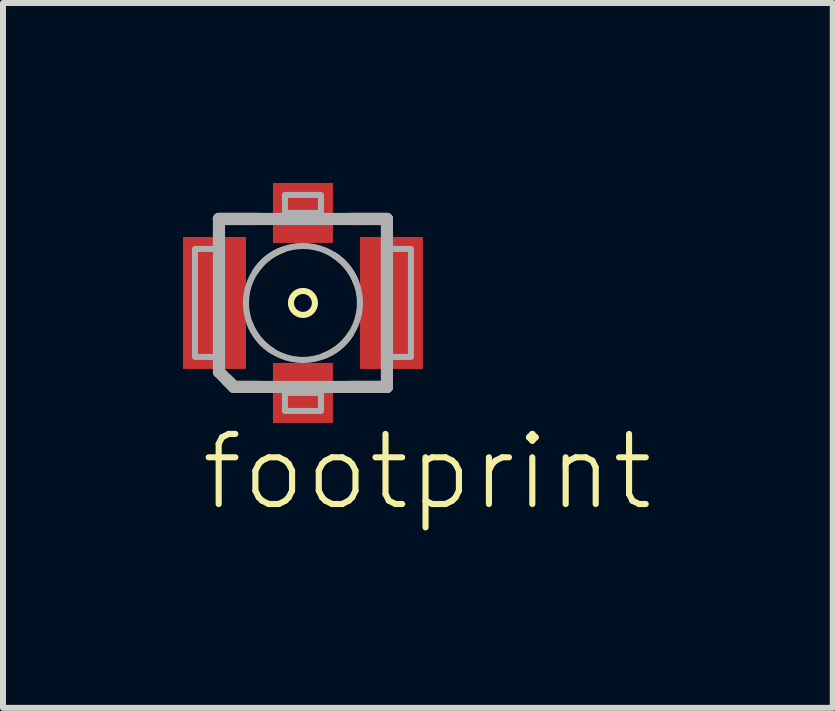
<source format=kicad_pcb>
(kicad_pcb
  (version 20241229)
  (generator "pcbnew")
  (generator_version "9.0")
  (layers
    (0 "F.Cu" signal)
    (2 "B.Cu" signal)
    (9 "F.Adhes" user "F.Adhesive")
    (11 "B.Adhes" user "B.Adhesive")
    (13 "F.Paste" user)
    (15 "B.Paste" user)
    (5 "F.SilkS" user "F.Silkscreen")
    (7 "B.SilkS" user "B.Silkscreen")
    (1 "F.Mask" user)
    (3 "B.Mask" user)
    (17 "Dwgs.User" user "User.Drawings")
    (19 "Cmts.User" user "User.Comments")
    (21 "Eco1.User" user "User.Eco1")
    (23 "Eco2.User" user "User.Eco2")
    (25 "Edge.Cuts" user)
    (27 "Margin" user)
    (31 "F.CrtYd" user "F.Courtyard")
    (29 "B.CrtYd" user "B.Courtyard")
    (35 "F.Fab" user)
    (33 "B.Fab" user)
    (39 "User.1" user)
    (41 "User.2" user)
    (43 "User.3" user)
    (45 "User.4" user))
  (footprint "footprint"
    (layer "F.Cu")
    (at 2 2)
    (property "Reference" "footprint" (at -1.75 3.5 0) (layer "F.SilkS") (effects (font (size 1.168 1.168) (thickness 0.102)) (justify left bottom)))
    (fp_line (start -1.4 -1.4) (end -0.738 -1.4) (stroke (width 0.203) (type solid)) (layer "F.SilkS"))
    (fp_line (start -1.15 1.4) (end -1.262 1.288) (stroke (width 0.203) (type solid)) (layer "F.SilkS"))
    (fp_line (start -0.75 1.4) (end -1.15 1.4) (stroke (width 0.203) (type solid)) (layer "F.SilkS"))
    (fp_line (start 0.787 -1.4) (end 1.4 -1.4) (stroke (width 0.203) (type solid)) (layer "F.SilkS"))
    (fp_line (start 1.4 1.4) (end 0.775 1.4) (stroke (width 0.203) (type solid)) (layer "F.SilkS"))
    (fp_arc (start -0.8 -0.5125) (mid -0.600042 -0.738593) (end -0.3375 -0.8875) (stroke (width 0.1016) (type solid)) (layer "F.SilkS"))
    (fp_arc (start -0.5125 0.8) (mid -0.738593 0.600042) (end -0.8875 0.3375) (stroke (width 0.1016) (type solid)) (layer "F.SilkS"))
    (fp_arc (start 0.5125 -0.8) (mid 0.738593 -0.600042) (end 0.8875 -0.3375) (stroke (width 0.1016) (type solid)) (layer "F.SilkS"))
    (fp_arc (start 0.8 0.5125) (mid 0.600042 0.738593) (end 0.3375 0.8875) (stroke (width 0.1016) (type solid)) (layer "F.SilkS"))
    (fp_circle (center 0 0) (end 0.2 0) (stroke (width 0.102) (type solid)) (fill no) (layer "F.SilkS"))
    (fp_line (start -1.4 -1.4) (end 1.4 -1.4) (stroke (width 0.203) (type solid)) (layer "F.Fab"))
    (fp_line (start -1.4 1.15) (end -1.4 -1.4) (stroke (width 0.203) (type solid)) (layer "F.Fab"))
    (fp_line (start -1.15 1.4) (end -1.4 1.15) (stroke (width 0.203) (type solid)) (layer "F.Fab"))
    (fp_line (start 1.4 -1.4) (end 1.4 1.4) (stroke (width 0.203) (type solid)) (layer "F.Fab"))
    (fp_line (start 1.4 1.4) (end -1.15 1.4) (stroke (width 0.203) (type solid)) (layer "F.Fab"))
    (fp_circle (center 0 0) (end 0.95 0) (stroke (width 0.102) (type solid)) (fill no) (layer "F.Fab"))
    (fp_poly (pts (xy -1.8 0.9) (xy -1.35 0.9) (xy -1.35 -0.9) (xy -1.8 -0.9)) (stroke (width 0.1) (type solid)) (fill no) (layer "F.Fab"))
    (fp_poly (pts (xy -0.3 -1.5) (xy 0.3 -1.5) (xy 0.3 -1.8) (xy -0.3 -1.8)) (stroke (width 0.1) (type solid)) (fill no) (layer "F.Fab"))
    (fp_poly (pts (xy -0.3 1.8) (xy 0.3 1.8) (xy 0.3 1.5) (xy -0.3 1.5)) (stroke (width 0.1) (type solid)) (fill no) (layer "F.Fab"))
    (fp_poly (pts (xy 1.35 0.9) (xy 1.8 0.9) (xy 1.8 -0.9) (xy 1.35 -0.9)) (stroke (width 0.1) (type solid)) (fill no) (layer "F.Fab"))
    (pad "1" smd rect (at 0 1.5) (size 1 1) (layers "F.Cu" "F.Mask" "F.Paste"))
    (pad "S@1" smd rect (at 0 -1.5) (size 1 1) (layers "F.Cu" "F.Mask" "F.Paste"))
    (pad "S@2" smd rect (at -1.475 0) (size 1.05 2.2) (layers "F.Cu" "F.Mask" "F.Paste"))
    (pad "S@3" smd rect (at 1.475 0) (size 1.05 2.2) (layers "F.Cu" "F.Mask" "F.Paste")))
  (gr_rect
    (start -3 -3)
    (end 10.832 8.75)
    (stroke (width 0.1) (type default))
    (fill no)
    (layer "Edge.Cuts")))
</source>
